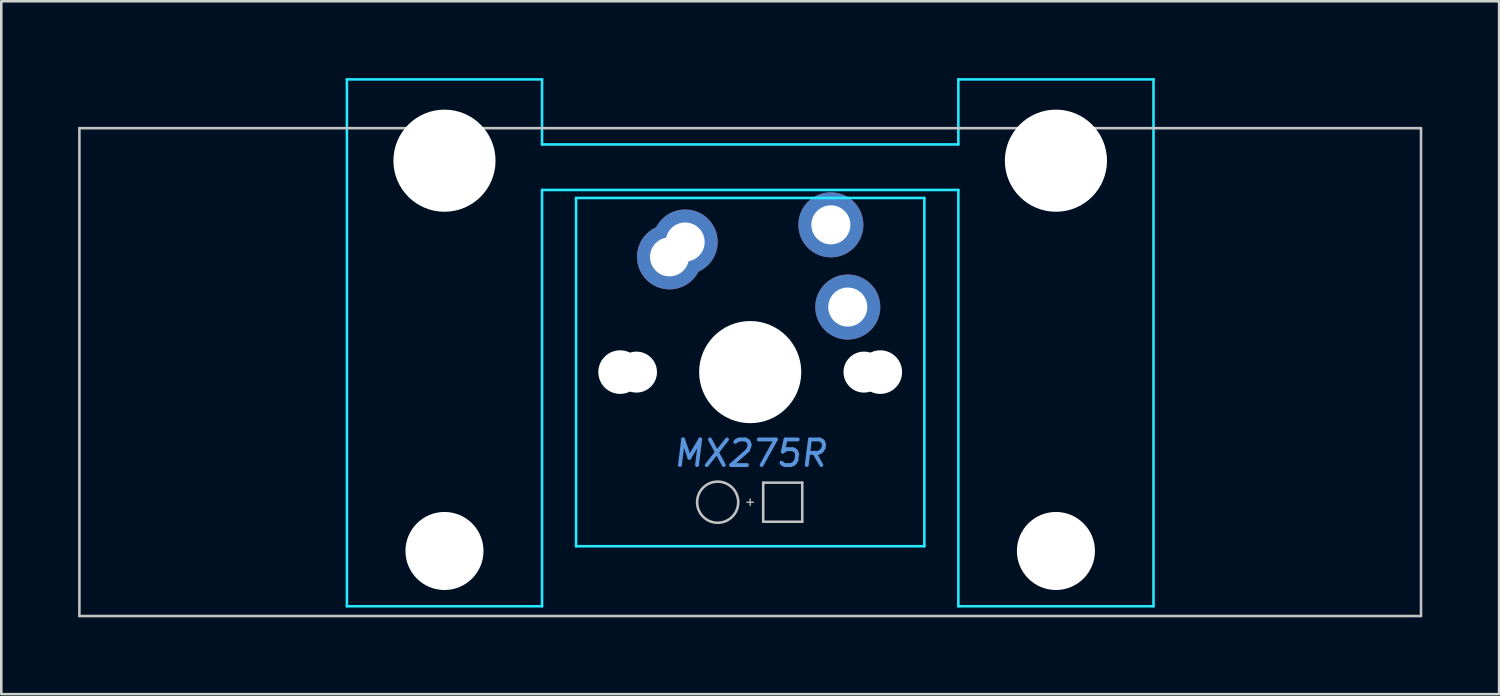
<source format=kicad_pcb>
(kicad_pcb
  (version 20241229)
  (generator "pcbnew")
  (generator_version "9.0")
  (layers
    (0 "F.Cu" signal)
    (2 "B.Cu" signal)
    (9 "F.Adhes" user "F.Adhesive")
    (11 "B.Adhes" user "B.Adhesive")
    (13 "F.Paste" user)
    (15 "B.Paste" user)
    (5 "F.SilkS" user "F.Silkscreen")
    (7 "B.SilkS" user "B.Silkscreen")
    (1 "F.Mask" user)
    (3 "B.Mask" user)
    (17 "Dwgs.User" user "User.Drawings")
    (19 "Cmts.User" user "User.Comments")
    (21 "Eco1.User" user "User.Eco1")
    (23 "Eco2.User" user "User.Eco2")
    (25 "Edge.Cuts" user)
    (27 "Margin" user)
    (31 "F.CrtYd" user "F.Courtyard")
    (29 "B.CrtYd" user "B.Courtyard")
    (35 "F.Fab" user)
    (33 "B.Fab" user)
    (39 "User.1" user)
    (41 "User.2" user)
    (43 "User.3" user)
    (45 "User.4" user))
  (footprint "MX275R"
    (layer "F.Cu")
    (at 26.244 11.48)
    (property "Reference" "MX275R" (at 0 3.175 0) (layer "Cmts.User") (effects (font (size 1 1) (thickness 0.15) (italic yes))))
    (attr through_hole)
    (fp_line (start -26.194 -9.525) (end -26.194 9.525) (stroke (width 0.1) (type solid)) (layer "Dwgs.User"))
    (fp_line (start -26.194 -9.525) (end 26.194 -9.525) (stroke (width 0.1) (type solid)) (layer "Dwgs.User"))
    (fp_line (start -26.194 9.525) (end 26.194 9.525) (stroke (width 0.1) (type solid)) (layer "Dwgs.User"))
    (fp_line (start -0.127 5.08) (end 0.127 5.08) (stroke (width 0.05) (type solid)) (layer "Dwgs.User"))
    (fp_line (start 0 5.207) (end 0 4.953) (stroke (width 0.05) (type solid)) (layer "Dwgs.User"))
    (fp_line (start 0.508 4.318) (end 0.508 5.842) (stroke (width 0.1) (type solid)) (layer "Dwgs.User"))
    (fp_line (start 0.508 4.318) (end 2.032 4.318) (stroke (width 0.1) (type solid)) (layer "Dwgs.User"))
    (fp_line (start 0.508 5.842) (end 2.032 5.842) (stroke (width 0.1) (type solid)) (layer "Dwgs.User"))
    (fp_line (start 2.032 5.842) (end 2.032 4.318) (stroke (width 0.1) (type solid)) (layer "Dwgs.User"))
    (fp_line (start 26.194 -9.525) (end 26.194 9.525) (stroke (width 0.1) (type solid)) (layer "Dwgs.User"))
    (fp_circle (center -1.27 5.08) (end -0.467 5.08) (stroke (width 0.1) (type solid)) (fill no) (layer "Dwgs.User"))
    (fp_line (start -17.17 0.889) (end -17.17 2.921) (stroke (width 0.1) (type solid)) (layer "Eco1.User"))
    (fp_line (start -16.789 3.302) (end -16.535 3.302) (stroke (width 0.1) (type solid)) (layer "Eco1.User"))
    (fp_line (start -16.535 0.508) (end -16.789 0.508) (stroke (width 0.1) (type solid)) (layer "Eco1.User"))
    (fp_line (start -16.154 -6.223) (end -16.154 0.127) (stroke (width 0.1) (type solid)) (layer "Eco1.User"))
    (fp_line (start -16.154 3.683) (end -16.154 5.309) (stroke (width 0.1) (type solid)) (layer "Eco1.User"))
    (fp_line (start -15.773 5.69) (end -9.881 5.69) (stroke (width 0.1) (type solid)) (layer "Eco1.User"))
    (fp_line (start -14.732 -6.604) (end -15.773 -6.604) (stroke (width 0.1) (type solid)) (layer "Eco1.User"))
    (fp_line (start -14.351 -7.391) (end -14.351 -6.985) (stroke (width 0.1) (type solid)) (layer "Eco1.User"))
    (fp_line (start -11.684 -7.772) (end -13.97 -7.772) (stroke (width 0.1) (type solid)) (layer "Eco1.User"))
    (fp_line (start -11.303 -6.985) (end -11.303 -7.391) (stroke (width 0.1) (type solid)) (layer "Eco1.User"))
    (fp_line (start -9.881 -6.604) (end -10.922 -6.604) (stroke (width 0.1) (type solid)) (layer "Eco1.User"))
    (fp_line (start -9.5 -6.198) (end -9.5 -6.223) (stroke (width 0.1) (type solid)) (layer "Eco1.User"))
    (fp_line (start -9.5 5.309) (end -9.5 5.258) (stroke (width 0.1) (type solid)) (layer "Eco1.User"))
    (fp_line (start -9.119 4.877) (end -7.366 4.877) (stroke (width 0.1) (type solid)) (layer "Eco1.User"))
    (fp_line (start -7.366 -5.817) (end -9.119 -5.817) (stroke (width 0.1) (type solid)) (layer "Eco1.User"))
    (fp_line (start -6.985 -6.604) (end -6.985 -6.197) (stroke (width 0.1) (type solid)) (layer "Eco1.User"))
    (fp_line (start -6.985 5.258) (end -6.985 6.604) (stroke (width 0.1) (type solid)) (layer "Eco1.User"))
    (fp_line (start -6.604 -6.985) (end 6.604 -6.985) (stroke (width 0.1) (type solid)) (layer "Eco1.User"))
    (fp_line (start -2.159 0) (end 2.159 0) (stroke (width 0.1) (type solid)) (layer "Eco1.User"))
    (fp_line (start 0 2.159) (end 0 -2.159) (stroke (width 0.1) (type solid)) (layer "Eco1.User"))
    (fp_line (start 6.604 6.985) (end -6.604 6.985) (stroke (width 0.1) (type solid)) (layer "Eco1.User"))
    (fp_line (start 6.985 -6.604) (end 6.985 -6.197) (stroke (width 0.1) (type solid)) (layer "Eco1.User"))
    (fp_line (start 6.985 5.258) (end 6.985 6.604) (stroke (width 0.1) (type solid)) (layer "Eco1.User"))
    (fp_line (start 7.366 -5.817) (end 9.119 -5.817) (stroke (width 0.1) (type solid)) (layer "Eco1.User"))
    (fp_line (start 9.119 4.877) (end 7.366 4.877) (stroke (width 0.1) (type solid)) (layer "Eco1.User"))
    (fp_line (start 9.5 -6.198) (end 9.5 -6.223) (stroke (width 0.1) (type solid)) (layer "Eco1.User"))
    (fp_line (start 9.5 5.309) (end 9.5 5.258) (stroke (width 0.1) (type solid)) (layer "Eco1.User"))
    (fp_line (start 9.881 -6.604) (end 10.922 -6.604) (stroke (width 0.1) (type solid)) (layer "Eco1.User"))
    (fp_line (start 11.303 -6.985) (end 11.303 -7.391) (stroke (width 0.1) (type solid)) (layer "Eco1.User"))
    (fp_line (start 11.684 -7.772) (end 13.97 -7.772) (stroke (width 0.1) (type solid)) (layer "Eco1.User"))
    (fp_line (start 14.351 -7.391) (end 14.351 -6.985) (stroke (width 0.1) (type solid)) (layer "Eco1.User"))
    (fp_line (start 14.732 -6.604) (end 15.773 -6.604) (stroke (width 0.1) (type solid)) (layer "Eco1.User"))
    (fp_line (start 15.773 5.69) (end 9.881 5.69) (stroke (width 0.1) (type solid)) (layer "Eco1.User"))
    (fp_line (start 16.154 -6.223) (end 16.154 0.127) (stroke (width 0.1) (type solid)) (layer "Eco1.User"))
    (fp_line (start 16.154 3.683) (end 16.154 5.309) (stroke (width 0.1) (type solid)) (layer "Eco1.User"))
    (fp_line (start 16.535 0.508) (end 16.789 0.508) (stroke (width 0.1) (type solid)) (layer "Eco1.User"))
    (fp_line (start 16.789 3.302) (end 16.535 3.302) (stroke (width 0.1) (type solid)) (layer "Eco1.User"))
    (fp_line (start 17.17 0.889) (end 17.17 2.921) (stroke (width 0.1) (type solid)) (layer "Eco1.User"))
    (fp_arc (start -17.1704 0.889) (mid -17.058808 0.619592) (end -16.7894 0.508) (stroke (width 0.1) (type solid)) (layer "Eco1.User"))
    (fp_arc (start -16.7894 3.302) (mid -17.058808 3.190408) (end -17.1704 2.921) (stroke (width 0.1) (type solid)) (layer "Eco1.User"))
    (fp_arc (start -16.5354 3.302) (mid -16.265992 3.413592) (end -16.1544 3.683) (stroke (width 0.1) (type solid)) (layer "Eco1.User"))
    (fp_arc (start -16.1544 -6.223) (mid -16.042808 -6.492408) (end -15.7734 -6.604) (stroke (width 0.1) (type solid)) (layer "Eco1.User"))
    (fp_arc (start -16.1544 0.127) (mid -16.265992 0.396408) (end -16.5354 0.508) (stroke (width 0.1) (type solid)) (layer "Eco1.User"))
    (fp_arc (start -15.7734 5.6896) (mid -16.042808 5.578008) (end -16.1544 5.3086) (stroke (width 0.1) (type solid)) (layer "Eco1.User"))
    (fp_arc (start -14.351 -7.3914) (mid -14.239408 -7.660808) (end -13.97 -7.7724) (stroke (width 0.1) (type solid)) (layer "Eco1.User"))
    (fp_arc (start -14.351 -6.985) (mid -14.462592 -6.715592) (end -14.732 -6.604) (stroke (width 0.1) (type solid)) (layer "Eco1.User"))
    (fp_arc (start -11.684 -7.7724) (mid -11.414592 -7.660808) (end -11.303 -7.3914) (stroke (width 0.1) (type solid)) (layer "Eco1.User"))
    (fp_arc (start -10.922 -6.604) (mid -11.191408 -6.715592) (end -11.303 -6.985) (stroke (width 0.1) (type solid)) (layer "Eco1.User"))
    (fp_arc (start -9.8806 -6.604) (mid -9.611192 -6.492408) (end -9.4996 -6.223) (stroke (width 0.1) (type solid)) (layer "Eco1.User"))
    (fp_arc (start -9.4996 5.2578) (mid -9.388008 4.988392) (end -9.1186 4.8768) (stroke (width 0.1) (type solid)) (layer "Eco1.User"))
    (fp_arc (start -9.4996 5.3086) (mid -9.611192 5.578008) (end -9.8806 5.6896) (stroke (width 0.1) (type solid)) (layer "Eco1.User"))
    (fp_arc (start -9.1186 -5.8166) (mid -9.388008 -5.928192) (end -9.4996 -6.1976) (stroke (width 0.1) (type solid)) (layer "Eco1.User"))
    (fp_arc (start -7.366 4.8768) (mid -7.096592 4.988392) (end -6.985 5.2578) (stroke (width 0.1) (type solid)) (layer "Eco1.User"))
    (fp_arc (start -6.985 -6.604) (mid -6.873408 -6.873408) (end -6.604 -6.985) (stroke (width 0.1) (type solid)) (layer "Eco1.User"))
    (fp_arc (start -6.985 -6.1976) (mid -7.096592 -5.928192) (end -7.366 -5.8166) (stroke (width 0.1) (type solid)) (layer "Eco1.User"))
    (fp_arc (start -6.604 6.985) (mid -6.873408 6.873408) (end -6.985 6.604) (stroke (width 0.1) (type solid)) (layer "Eco1.User"))
    (fp_arc (start 6.604 -6.985) (mid 6.873408 -6.873408) (end 6.985 -6.604) (stroke (width 0.1) (type solid)) (layer "Eco1.User"))
    (fp_arc (start 6.985 5.2578) (mid 7.096592 4.988392) (end 7.366 4.8768) (stroke (width 0.1) (type solid)) (layer "Eco1.User"))
    (fp_arc (start 6.985 6.604) (mid 6.873408 6.873408) (end 6.604 6.985) (stroke (width 0.1) (type solid)) (layer "Eco1.User"))
    (fp_arc (start 7.366 -5.8166) (mid 7.096592 -5.928192) (end 6.985 -6.1976) (stroke (width 0.1) (type solid)) (layer "Eco1.User"))
    (fp_arc (start 9.1186 4.8768) (mid 9.388008 4.988392) (end 9.4996 5.2578) (stroke (width 0.1) (type solid)) (layer "Eco1.User"))
    (fp_arc (start 9.4996 -6.223) (mid 9.611192 -6.492408) (end 9.8806 -6.604) (stroke (width 0.1) (type solid)) (layer "Eco1.User"))
    (fp_arc (start 9.4996 -6.1976) (mid 9.388008 -5.928192) (end 9.1186 -5.8166) (stroke (width 0.1) (type solid)) (layer "Eco1.User"))
    (fp_arc (start 9.8806 5.6896) (mid 9.611192 5.578008) (end 9.4996 5.3086) (stroke (width 0.1) (type solid)) (layer "Eco1.User"))
    (fp_arc (start 11.303 -7.3914) (mid 11.414592 -7.660808) (end 11.684 -7.7724) (stroke (width 0.1) (type solid)) (layer "Eco1.User"))
    (fp_arc (start 11.303 -6.985) (mid 11.191408 -6.715592) (end 10.922 -6.604) (stroke (width 0.1) (type solid)) (layer "Eco1.User"))
    (fp_arc (start 13.97 -7.7724) (mid 14.239408 -7.660808) (end 14.351 -7.3914) (stroke (width 0.1) (type solid)) (layer "Eco1.User"))
    (fp_arc (start 14.732 -6.604) (mid 14.462592 -6.715592) (end 14.351 -6.985) (stroke (width 0.1) (type solid)) (layer "Eco1.User"))
    (fp_arc (start 15.7734 -6.604) (mid 16.042808 -6.492408) (end 16.1544 -6.223) (stroke (width 0.1) (type solid)) (layer "Eco1.User"))
    (fp_arc (start 16.1544 3.683) (mid 16.265992 3.413592) (end 16.5354 3.302) (stroke (width 0.1) (type solid)) (layer "Eco1.User"))
    (fp_arc (start 16.1544 5.3086) (mid 16.042808 5.578008) (end 15.7734 5.6896) (stroke (width 0.1) (type solid)) (layer "Eco1.User"))
    (fp_arc (start 16.5354 0.508) (mid 16.265992 0.396408) (end 16.1544 0.127) (stroke (width 0.1) (type solid)) (layer "Eco1.User"))
    (fp_arc (start 16.7894 0.508) (mid 17.058808 0.619592) (end 17.1704 0.889) (stroke (width 0.1) (type solid)) (layer "Eco1.User"))
    (fp_arc (start 17.1704 2.921) (mid 17.058808 3.190408) (end 16.7894 3.302) (stroke (width 0.1) (type solid)) (layer "Eco1.User"))
    (fp_circle (center 0 0) (end -1.994 0) (stroke (width 0.1) (type solid)) (fill no) (layer "Eco1.User"))
    (fp_line (start -15.748 -11.43) (end -8.128 -11.43) (stroke (width 0.1) (type solid)) (layer "B.CrtYd"))
    (fp_line (start -15.748 9.144) (end -15.748 -11.43) (stroke (width 0.1) (type solid)) (layer "B.CrtYd"))
    (fp_line (start -8.128 -11.43) (end -8.128 -8.89) (stroke (width 0.1) (type solid)) (layer "B.CrtYd"))
    (fp_line (start -8.128 9.144) (end -15.748 9.144) (stroke (width 0.1) (type solid)) (layer "B.CrtYd"))
    (fp_line (start -8.128 9.144) (end -8.128 -7.112) (stroke (width 0.1) (type solid)) (layer "B.CrtYd"))
    (fp_line (start -6.8 6.8) (end -6.8 -6.8) (stroke (width 0.1) (type solid)) (layer "B.CrtYd"))
    (fp_line (start 6.8 -6.8) (end -6.8 -6.8) (stroke (width 0.1) (type solid)) (layer "B.CrtYd"))
    (fp_line (start 6.8 6.8) (end -6.8 6.8) (stroke (width 0.1) (type solid)) (layer "B.CrtYd"))
    (fp_line (start 6.8 6.8) (end 6.8 -6.8) (stroke (width 0.1) (type solid)) (layer "B.CrtYd"))
    (fp_line (start 8.128 -11.43) (end 8.128 -8.89) (stroke (width 0.1) (type solid)) (layer "B.CrtYd"))
    (fp_line (start 8.128 -11.43) (end 15.748 -11.43) (stroke (width 0.1) (type solid)) (layer "B.CrtYd"))
    (fp_line (start 8.128 -8.89) (end -8.128 -8.89) (stroke (width 0.1) (type solid)) (layer "B.CrtYd"))
    (fp_line (start 8.128 -7.112) (end -8.128 -7.112) (stroke (width 0.1) (type solid)) (layer "B.CrtYd"))
    (fp_line (start 8.128 9.144) (end 8.128 -7.112) (stroke (width 0.1) (type solid)) (layer "B.CrtYd"))
    (fp_line (start 15.748 -11.43) (end 15.748 9.144) (stroke (width 0.1) (type solid)) (layer "B.CrtYd"))
    (fp_line (start 15.748 9.144) (end 8.128 9.144) (stroke (width 0.1) (type solid)) (layer "B.CrtYd"))
    (pad "" np_thru_hole circle (at -11.938 -8.255 180) (size 3.988 3.988) (drill 3.988) (layers "*.Cu" "*.Mask"))
    (pad "" np_thru_hole circle (at -11.938 6.985 180) (size 3.048 3.048) (drill 3.048) (layers "*.Cu" "*.Mask"))
    (pad "" np_thru_hole circle (at -5.08 0) (size 1.702 1.702) (drill 1.702) (layers "*.Cu" "*.Mask"))
    (pad "" np_thru_hole circle (at -4.44 0) (size 1.6 1.6) (drill 1.6) (layers "*.Cu" "*.Mask"))
    (pad "" np_thru_hole circle (at 0 0) (size 3.988 3.988) (drill 3.988) (layers "*.Cu" "*.Mask"))
    (pad "" np_thru_hole circle (at 4.444 0) (size 1.6 1.6) (drill 1.6) (layers "*.Cu" "*.Mask"))
    (pad "" np_thru_hole circle (at 5.08 0) (size 1.702 1.702) (drill 1.702) (layers "*.Cu" "*.Mask"))
    (pad "" np_thru_hole circle (at 11.938 -8.255 180) (size 3.988 3.988) (drill 3.988) (layers "*.Cu" "*.Mask"))
    (pad "" np_thru_hole circle (at 11.938 6.985 180) (size 3.048 3.048) (drill 3.048) (layers "*.Cu" "*.Mask"))
    (pad "1" thru_hole circle (at -3.15 -4.5) (size 2.54 2.54) (drill 1.524) (layers "*.Cu" "*.Mask"))
    (pad "1" thru_hole circle (at -2.54 -5.08) (size 2.54 2.54) (drill 1.524) (layers "*.Cu" "*.Mask"))
    (pad "2" thru_hole circle (at 3.15 -5.75) (size 2.54 2.54) (drill 1.524) (layers "*.Cu" "*.Mask"))
    (pad "2" thru_hole circle (at 3.81 -2.54) (size 2.54 2.54) (drill 1.524) (layers "*.Cu" "*.Mask")))
  (gr_rect
    (start -3 -3)
    (end 55.487 24.055)
    (stroke (width 0.1) (type default))
    (fill no)
    (layer "Edge.Cuts")))
</source>
